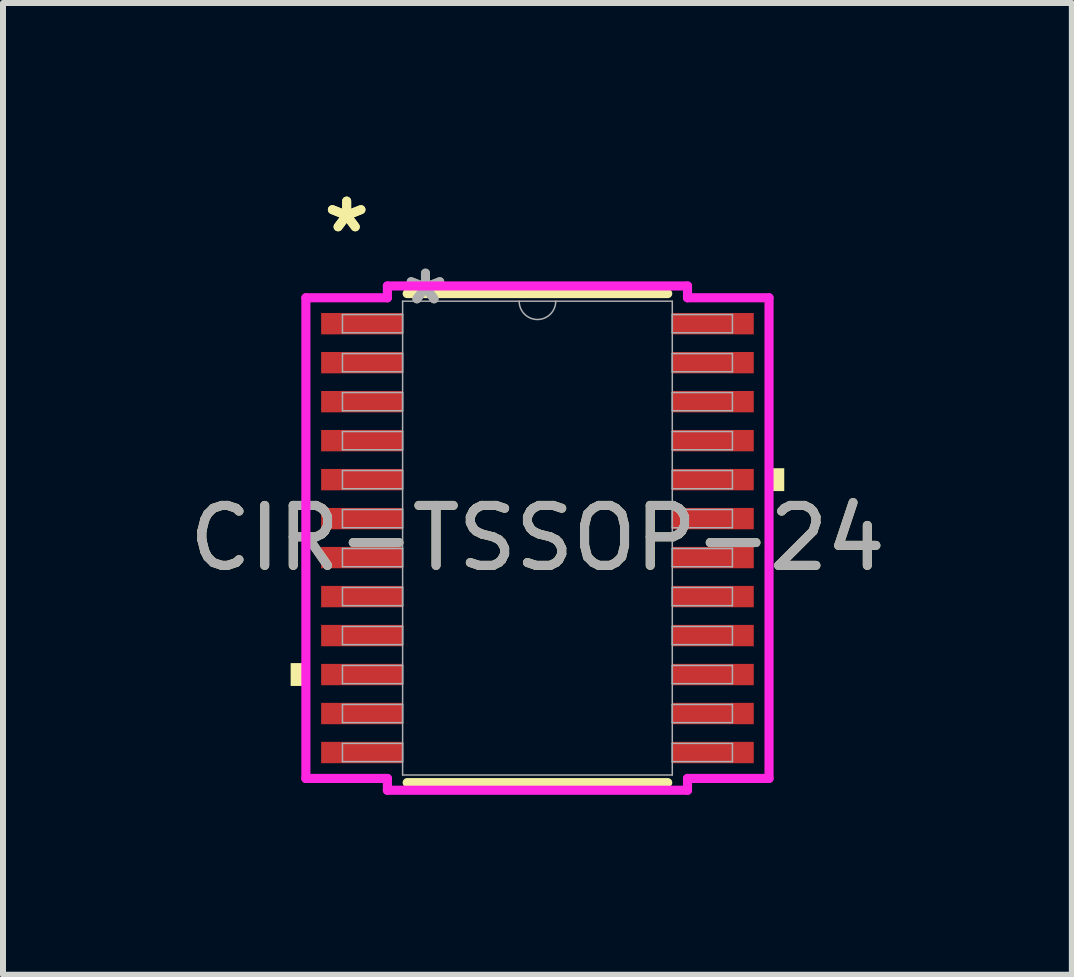
<source format=kicad_pcb>
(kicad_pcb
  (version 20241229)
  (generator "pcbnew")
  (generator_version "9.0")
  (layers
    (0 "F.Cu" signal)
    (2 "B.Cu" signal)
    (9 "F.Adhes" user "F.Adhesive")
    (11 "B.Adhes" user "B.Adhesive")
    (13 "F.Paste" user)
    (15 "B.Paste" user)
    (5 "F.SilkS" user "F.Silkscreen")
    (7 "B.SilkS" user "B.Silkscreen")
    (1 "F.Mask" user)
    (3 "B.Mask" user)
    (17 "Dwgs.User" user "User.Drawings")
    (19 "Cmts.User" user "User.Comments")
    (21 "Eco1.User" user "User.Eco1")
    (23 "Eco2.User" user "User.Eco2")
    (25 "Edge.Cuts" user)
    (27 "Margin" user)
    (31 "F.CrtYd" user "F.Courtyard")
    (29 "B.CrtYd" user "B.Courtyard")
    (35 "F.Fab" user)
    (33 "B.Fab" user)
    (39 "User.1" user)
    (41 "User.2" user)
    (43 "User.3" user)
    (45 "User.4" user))
  (footprint "CIR-TSSOP-24"
    (layer "F.Cu")
    (at 5.911 5.922)
    (property "Reference" "CIR-TSSOP-24" (at 0 0 0) (unlocked yes) (layer "F.SilkS") (effects (font (size 1 1) (thickness 0.15))))
    (attr smd)
    (fp_line (start -2.172 4.077) (end 2.172 4.077) (stroke (width 0.152) (type solid)) (layer "F.SilkS"))
    (fp_line (start 2.172 -4.077) (end -2.172 -4.077) (stroke (width 0.152) (type solid)) (layer "F.SilkS"))
    (fp_poly (pts (xy -4.115 2.084) (xy -4.115 2.465) (xy -3.861 2.465) (xy -3.861 2.084)) (stroke (width 0) (type solid)) (fill yes) (layer "F.SilkS"))
    (fp_poly (pts (xy 4.115 -1.165) (xy 4.115 -0.784) (xy 3.861 -0.784) (xy 3.861 -1.165)) (stroke (width 0) (type solid)) (fill yes) (layer "F.SilkS"))
    (fp_line (start -3.861 -4.007) (end -2.502 -4.007) (stroke (width 0.152) (type solid)) (layer "F.CrtYd"))
    (fp_line (start -3.861 4.007) (end -3.861 -4.007) (stroke (width 0.152) (type solid)) (layer "F.CrtYd"))
    (fp_line (start -3.861 4.007) (end -2.502 4.007) (stroke (width 0.152) (type solid)) (layer "F.CrtYd"))
    (fp_line (start -2.502 -4.204) (end 2.502 -4.204) (stroke (width 0.152) (type solid)) (layer "F.CrtYd"))
    (fp_line (start -2.502 -4.007) (end -2.502 -4.204) (stroke (width 0.152) (type solid)) (layer "F.CrtYd"))
    (fp_line (start -2.502 4.204) (end -2.502 4.007) (stroke (width 0.152) (type solid)) (layer "F.CrtYd"))
    (fp_line (start 2.502 -4.204) (end 2.502 -4.007) (stroke (width 0.152) (type solid)) (layer "F.CrtYd"))
    (fp_line (start 2.502 4.007) (end 2.502 4.204) (stroke (width 0.152) (type solid)) (layer "F.CrtYd"))
    (fp_line (start 2.502 4.204) (end -2.502 4.204) (stroke (width 0.152) (type solid)) (layer "F.CrtYd"))
    (fp_line (start 3.861 -4.007) (end 2.502 -4.007) (stroke (width 0.152) (type solid)) (layer "F.CrtYd"))
    (fp_line (start 3.861 -4.007) (end 3.861 4.007) (stroke (width 0.152) (type solid)) (layer "F.CrtYd"))
    (fp_line (start 3.861 4.007) (end 2.502 4.007) (stroke (width 0.152) (type solid)) (layer "F.CrtYd"))
    (fp_line (start -3.251 -3.727) (end -3.251 -3.423) (stroke (width 0.025) (type solid)) (layer "F.Fab"))
    (fp_line (start -3.251 -3.423) (end -2.248 -3.423) (stroke (width 0.025) (type solid)) (layer "F.Fab"))
    (fp_line (start -3.251 -3.077) (end -3.251 -2.773) (stroke (width 0.025) (type solid)) (layer "F.Fab"))
    (fp_line (start -3.251 -2.773) (end -2.248 -2.773) (stroke (width 0.025) (type solid)) (layer "F.Fab"))
    (fp_line (start -3.251 -2.427) (end -3.251 -2.123) (stroke (width 0.025) (type solid)) (layer "F.Fab"))
    (fp_line (start -3.251 -2.123) (end -2.248 -2.123) (stroke (width 0.025) (type solid)) (layer "F.Fab"))
    (fp_line (start -3.251 -1.777) (end -3.251 -1.473) (stroke (width 0.025) (type solid)) (layer "F.Fab"))
    (fp_line (start -3.251 -1.473) (end -2.248 -1.473) (stroke (width 0.025) (type solid)) (layer "F.Fab"))
    (fp_line (start -3.251 -1.127) (end -3.251 -0.823) (stroke (width 0.025) (type solid)) (layer "F.Fab"))
    (fp_line (start -3.251 -0.823) (end -2.248 -0.823) (stroke (width 0.025) (type solid)) (layer "F.Fab"))
    (fp_line (start -3.251 -0.477) (end -3.251 -0.173) (stroke (width 0.025) (type solid)) (layer "F.Fab"))
    (fp_line (start -3.251 -0.173) (end -2.248 -0.173) (stroke (width 0.025) (type solid)) (layer "F.Fab"))
    (fp_line (start -3.251 0.173) (end -3.251 0.477) (stroke (width 0.025) (type solid)) (layer "F.Fab"))
    (fp_line (start -3.251 0.477) (end -2.248 0.477) (stroke (width 0.025) (type solid)) (layer "F.Fab"))
    (fp_line (start -3.251 0.823) (end -3.251 1.127) (stroke (width 0.025) (type solid)) (layer "F.Fab"))
    (fp_line (start -3.251 1.127) (end -2.248 1.127) (stroke (width 0.025) (type solid)) (layer "F.Fab"))
    (fp_line (start -3.251 1.473) (end -3.251 1.777) (stroke (width 0.025) (type solid)) (layer "F.Fab"))
    (fp_line (start -3.251 1.777) (end -2.248 1.777) (stroke (width 0.025) (type solid)) (layer "F.Fab"))
    (fp_line (start -3.251 2.123) (end -3.251 2.427) (stroke (width 0.025) (type solid)) (layer "F.Fab"))
    (fp_line (start -3.251 2.427) (end -2.248 2.427) (stroke (width 0.025) (type solid)) (layer "F.Fab"))
    (fp_line (start -3.251 2.773) (end -3.251 3.077) (stroke (width 0.025) (type solid)) (layer "F.Fab"))
    (fp_line (start -3.251 3.077) (end -2.248 3.077) (stroke (width 0.025) (type solid)) (layer "F.Fab"))
    (fp_line (start -3.251 3.423) (end -3.251 3.727) (stroke (width 0.025) (type solid)) (layer "F.Fab"))
    (fp_line (start -3.251 3.727) (end -2.248 3.727) (stroke (width 0.025) (type solid)) (layer "F.Fab"))
    (fp_line (start -2.248 -3.95) (end -2.248 3.95) (stroke (width 0.025) (type solid)) (layer "F.Fab"))
    (fp_line (start -2.248 -3.727) (end -3.251 -3.727) (stroke (width 0.025) (type solid)) (layer "F.Fab"))
    (fp_line (start -2.248 -3.423) (end -2.248 -3.727) (stroke (width 0.025) (type solid)) (layer "F.Fab"))
    (fp_line (start -2.248 -3.077) (end -3.251 -3.077) (stroke (width 0.025) (type solid)) (layer "F.Fab"))
    (fp_line (start -2.248 -2.773) (end -2.248 -3.077) (stroke (width 0.025) (type solid)) (layer "F.Fab"))
    (fp_line (start -2.248 -2.427) (end -3.251 -2.427) (stroke (width 0.025) (type solid)) (layer "F.Fab"))
    (fp_line (start -2.248 -2.123) (end -2.248 -2.427) (stroke (width 0.025) (type solid)) (layer "F.Fab"))
    (fp_line (start -2.248 -1.777) (end -3.251 -1.777) (stroke (width 0.025) (type solid)) (layer "F.Fab"))
    (fp_line (start -2.248 -1.473) (end -2.248 -1.777) (stroke (width 0.025) (type solid)) (layer "F.Fab"))
    (fp_line (start -2.248 -1.127) (end -3.251 -1.127) (stroke (width 0.025) (type solid)) (layer "F.Fab"))
    (fp_line (start -2.248 -0.823) (end -2.248 -1.127) (stroke (width 0.025) (type solid)) (layer "F.Fab"))
    (fp_line (start -2.248 -0.477) (end -3.251 -0.477) (stroke (width 0.025) (type solid)) (layer "F.Fab"))
    (fp_line (start -2.248 -0.173) (end -2.248 -0.477) (stroke (width 0.025) (type solid)) (layer "F.Fab"))
    (fp_line (start -2.248 0.173) (end -3.251 0.173) (stroke (width 0.025) (type solid)) (layer "F.Fab"))
    (fp_line (start -2.248 0.477) (end -2.248 0.173) (stroke (width 0.025) (type solid)) (layer "F.Fab"))
    (fp_line (start -2.248 0.823) (end -3.251 0.823) (stroke (width 0.025) (type solid)) (layer "F.Fab"))
    (fp_line (start -2.248 1.127) (end -2.248 0.823) (stroke (width 0.025) (type solid)) (layer "F.Fab"))
    (fp_line (start -2.248 1.473) (end -3.251 1.473) (stroke (width 0.025) (type solid)) (layer "F.Fab"))
    (fp_line (start -2.248 1.777) (end -2.248 1.473) (stroke (width 0.025) (type solid)) (layer "F.Fab"))
    (fp_line (start -2.248 2.123) (end -3.251 2.123) (stroke (width 0.025) (type solid)) (layer "F.Fab"))
    (fp_line (start -2.248 2.427) (end -2.248 2.123) (stroke (width 0.025) (type solid)) (layer "F.Fab"))
    (fp_line (start -2.248 2.773) (end -3.251 2.773) (stroke (width 0.025) (type solid)) (layer "F.Fab"))
    (fp_line (start -2.248 3.077) (end -2.248 2.773) (stroke (width 0.025) (type solid)) (layer "F.Fab"))
    (fp_line (start -2.248 3.423) (end -3.251 3.423) (stroke (width 0.025) (type solid)) (layer "F.Fab"))
    (fp_line (start -2.248 3.727) (end -2.248 3.423) (stroke (width 0.025) (type solid)) (layer "F.Fab"))
    (fp_line (start -2.248 3.95) (end 2.248 3.95) (stroke (width 0.025) (type solid)) (layer "F.Fab"))
    (fp_line (start 2.248 -3.95) (end -2.248 -3.95) (stroke (width 0.025) (type solid)) (layer "F.Fab"))
    (fp_line (start 2.248 -3.727) (end 2.248 -3.423) (stroke (width 0.025) (type solid)) (layer "F.Fab"))
    (fp_line (start 2.248 -3.423) (end 3.251 -3.423) (stroke (width 0.025) (type solid)) (layer "F.Fab"))
    (fp_line (start 2.248 -3.077) (end 2.248 -2.773) (stroke (width 0.025) (type solid)) (layer "F.Fab"))
    (fp_line (start 2.248 -2.773) (end 3.251 -2.773) (stroke (width 0.025) (type solid)) (layer "F.Fab"))
    (fp_line (start 2.248 -2.427) (end 2.248 -2.123) (stroke (width 0.025) (type solid)) (layer "F.Fab"))
    (fp_line (start 2.248 -2.123) (end 3.251 -2.123) (stroke (width 0.025) (type solid)) (layer "F.Fab"))
    (fp_line (start 2.248 -1.777) (end 2.248 -1.473) (stroke (width 0.025) (type solid)) (layer "F.Fab"))
    (fp_line (start 2.248 -1.473) (end 3.251 -1.473) (stroke (width 0.025) (type solid)) (layer "F.Fab"))
    (fp_line (start 2.248 -1.127) (end 2.248 -0.823) (stroke (width 0.025) (type solid)) (layer "F.Fab"))
    (fp_line (start 2.248 -0.823) (end 3.251 -0.823) (stroke (width 0.025) (type solid)) (layer "F.Fab"))
    (fp_line (start 2.248 -0.477) (end 2.248 -0.173) (stroke (width 0.025) (type solid)) (layer "F.Fab"))
    (fp_line (start 2.248 -0.173) (end 3.251 -0.173) (stroke (width 0.025) (type solid)) (layer "F.Fab"))
    (fp_line (start 2.248 0.173) (end 2.248 0.477) (stroke (width 0.025) (type solid)) (layer "F.Fab"))
    (fp_line (start 2.248 0.477) (end 3.251 0.477) (stroke (width 0.025) (type solid)) (layer "F.Fab"))
    (fp_line (start 2.248 0.823) (end 2.248 1.127) (stroke (width 0.025) (type solid)) (layer "F.Fab"))
    (fp_line (start 2.248 1.127) (end 3.251 1.127) (stroke (width 0.025) (type solid)) (layer "F.Fab"))
    (fp_line (start 2.248 1.473) (end 2.248 1.777) (stroke (width 0.025) (type solid)) (layer "F.Fab"))
    (fp_line (start 2.248 1.777) (end 3.251 1.777) (stroke (width 0.025) (type solid)) (layer "F.Fab"))
    (fp_line (start 2.248 2.123) (end 2.248 2.427) (stroke (width 0.025) (type solid)) (layer "F.Fab"))
    (fp_line (start 2.248 2.427) (end 3.251 2.427) (stroke (width 0.025) (type solid)) (layer "F.Fab"))
    (fp_line (start 2.248 2.773) (end 2.248 3.077) (stroke (width 0.025) (type solid)) (layer "F.Fab"))
    (fp_line (start 2.248 3.077) (end 3.251 3.077) (stroke (width 0.025) (type solid)) (layer "F.Fab"))
    (fp_line (start 2.248 3.423) (end 2.248 3.727) (stroke (width 0.025) (type solid)) (layer "F.Fab"))
    (fp_line (start 2.248 3.727) (end 3.251 3.727) (stroke (width 0.025) (type solid)) (layer "F.Fab"))
    (fp_line (start 2.248 3.95) (end 2.248 -3.95) (stroke (width 0.025) (type solid)) (layer "F.Fab"))
    (fp_line (start 3.251 -3.727) (end 2.248 -3.727) (stroke (width 0.025) (type solid)) (layer "F.Fab"))
    (fp_line (start 3.251 -3.423) (end 3.251 -3.727) (stroke (width 0.025) (type solid)) (layer "F.Fab"))
    (fp_line (start 3.251 -3.077) (end 2.248 -3.077) (stroke (width 0.025) (type solid)) (layer "F.Fab"))
    (fp_line (start 3.251 -2.773) (end 3.251 -3.077) (stroke (width 0.025) (type solid)) (layer "F.Fab"))
    (fp_line (start 3.251 -2.427) (end 2.248 -2.427) (stroke (width 0.025) (type solid)) (layer "F.Fab"))
    (fp_line (start 3.251 -2.123) (end 3.251 -2.427) (stroke (width 0.025) (type solid)) (layer "F.Fab"))
    (fp_line (start 3.251 -1.777) (end 2.248 -1.777) (stroke (width 0.025) (type solid)) (layer "F.Fab"))
    (fp_line (start 3.251 -1.473) (end 3.251 -1.777) (stroke (width 0.025) (type solid)) (layer "F.Fab"))
    (fp_line (start 3.251 -1.127) (end 2.248 -1.127) (stroke (width 0.025) (type solid)) (layer "F.Fab"))
    (fp_line (start 3.251 -0.823) (end 3.251 -1.127) (stroke (width 0.025) (type solid)) (layer "F.Fab"))
    (fp_line (start 3.251 -0.477) (end 2.248 -0.477) (stroke (width 0.025) (type solid)) (layer "F.Fab"))
    (fp_line (start 3.251 -0.173) (end 3.251 -0.477) (stroke (width 0.025) (type solid)) (layer "F.Fab"))
    (fp_line (start 3.251 0.173) (end 2.248 0.173) (stroke (width 0.025) (type solid)) (layer "F.Fab"))
    (fp_line (start 3.251 0.477) (end 3.251 0.173) (stroke (width 0.025) (type solid)) (layer "F.Fab"))
    (fp_line (start 3.251 0.823) (end 2.248 0.823) (stroke (width 0.025) (type solid)) (layer "F.Fab"))
    (fp_line (start 3.251 1.127) (end 3.251 0.823) (stroke (width 0.025) (type solid)) (layer "F.Fab"))
    (fp_line (start 3.251 1.473) (end 2.248 1.473) (stroke (width 0.025) (type solid)) (layer "F.Fab"))
    (fp_line (start 3.251 1.777) (end 3.251 1.473) (stroke (width 0.025) (type solid)) (layer "F.Fab"))
    (fp_line (start 3.251 2.123) (end 2.248 2.123) (stroke (width 0.025) (type solid)) (layer "F.Fab"))
    (fp_line (start 3.251 2.427) (end 3.251 2.123) (stroke (width 0.025) (type solid)) (layer "F.Fab"))
    (fp_line (start 3.251 2.773) (end 2.248 2.773) (stroke (width 0.025) (type solid)) (layer "F.Fab"))
    (fp_line (start 3.251 3.077) (end 3.251 2.773) (stroke (width 0.025) (type solid)) (layer "F.Fab"))
    (fp_line (start 3.251 3.423) (end 2.248 3.423) (stroke (width 0.025) (type solid)) (layer "F.Fab"))
    (fp_line (start 3.251 3.727) (end 3.251 3.423) (stroke (width 0.025) (type solid)) (layer "F.Fab"))
    (fp_arc (start 0.3048 -3.9497) (mid 0 -3.6449) (end -0.3048 -3.9497) (stroke (width 0.0254) (type solid)) (layer "F.Fab"))
    (fp_text user "*" (at -3.181 -5.074 0) (unlocked yes) (layer "F.SilkS") (effects (font (size 1 1) (thickness 0.15))))
    (fp_text user "*" (at -3.181 -5.074 0) (layer "F.SilkS") (effects (font (size 1 1) (thickness 0.15))))
    (fp_text user "*" (at -1.867 -3.873 0) (unlocked yes) (layer "F.Fab") (effects (font (size 1 1) (thickness 0.15))))
    (fp_text user "*" (at -1.867 -3.873 0) (layer "F.Fab") (effects (font (size 1 1) (thickness 0.15))))
    (fp_text user "${REFERENCE}" (at 0 0 0) (unlocked yes) (layer "F.Fab") (effects (font (size 1 1) (thickness 0.15))))
    (pad "1" smd rect (at -2.927 -3.575) (size 1.359 0.356) (layers "F.Cu" "F.Mask" "F.Paste"))
    (pad "2" smd rect (at -2.927 -2.925) (size 1.359 0.356) (layers "F.Cu" "F.Mask" "F.Paste"))
    (pad "3" smd rect (at -2.927 -2.275) (size 1.359 0.356) (layers "F.Cu" "F.Mask" "F.Paste"))
    (pad "4" smd rect (at -2.927 -1.625) (size 1.359 0.356) (layers "F.Cu" "F.Mask" "F.Paste"))
    (pad "5" smd rect (at -2.927 -0.975) (size 1.359 0.356) (layers "F.Cu" "F.Mask" "F.Paste"))
    (pad "6" smd rect (at -2.927 -0.325) (size 1.359 0.356) (layers "F.Cu" "F.Mask" "F.Paste"))
    (pad "7" smd rect (at -2.927 0.325) (size 1.359 0.356) (layers "F.Cu" "F.Mask" "F.Paste"))
    (pad "8" smd rect (at -2.927 0.975) (size 1.359 0.356) (layers "F.Cu" "F.Mask" "F.Paste"))
    (pad "9" smd rect (at -2.927 1.625) (size 1.359 0.356) (layers "F.Cu" "F.Mask" "F.Paste"))
    (pad "10" smd rect (at -2.927 2.275) (size 1.359 0.356) (layers "F.Cu" "F.Mask" "F.Paste"))
    (pad "11" smd rect (at -2.927 2.925) (size 1.359 0.356) (layers "F.Cu" "F.Mask" "F.Paste"))
    (pad "12" smd rect (at -2.927 3.575) (size 1.359 0.356) (layers "F.Cu" "F.Mask" "F.Paste"))
    (pad "13" smd rect (at 2.927 3.575) (size 1.359 0.356) (layers "F.Cu" "F.Mask" "F.Paste"))
    (pad "14" smd rect (at 2.927 2.925) (size 1.359 0.356) (layers "F.Cu" "F.Mask" "F.Paste"))
    (pad "15" smd rect (at 2.927 2.275) (size 1.359 0.356) (layers "F.Cu" "F.Mask" "F.Paste"))
    (pad "16" smd rect (at 2.927 1.625) (size 1.359 0.356) (layers "F.Cu" "F.Mask" "F.Paste"))
    (pad "17" smd rect (at 2.927 0.975) (size 1.359 0.356) (layers "F.Cu" "F.Mask" "F.Paste"))
    (pad "18" smd rect (at 2.927 0.325) (size 1.359 0.356) (layers "F.Cu" "F.Mask" "F.Paste"))
    (pad "19" smd rect (at 2.927 -0.325) (size 1.359 0.356) (layers "F.Cu" "F.Mask" "F.Paste"))
    (pad "20" smd rect (at 2.927 -0.975) (size 1.359 0.356) (layers "F.Cu" "F.Mask" "F.Paste"))
    (pad "21" smd rect (at 2.927 -1.625) (size 1.359 0.356) (layers "F.Cu" "F.Mask" "F.Paste"))
    (pad "22" smd rect (at 2.927 -2.275) (size 1.359 0.356) (layers "F.Cu" "F.Mask" "F.Paste"))
    (pad "23" smd rect (at 2.927 -2.925) (size 1.359 0.356) (layers "F.Cu" "F.Mask" "F.Paste"))
    (pad "24" smd rect (at 2.927 -3.575) (size 1.359 0.356) (layers "F.Cu" "F.Mask" "F.Paste")))
  (gr_rect
    (start -3 -3)
    (end 14.821 13.202)
    (stroke (width 0.1) (type default))
    (fill no)
    (layer "Edge.Cuts")))
</source>
